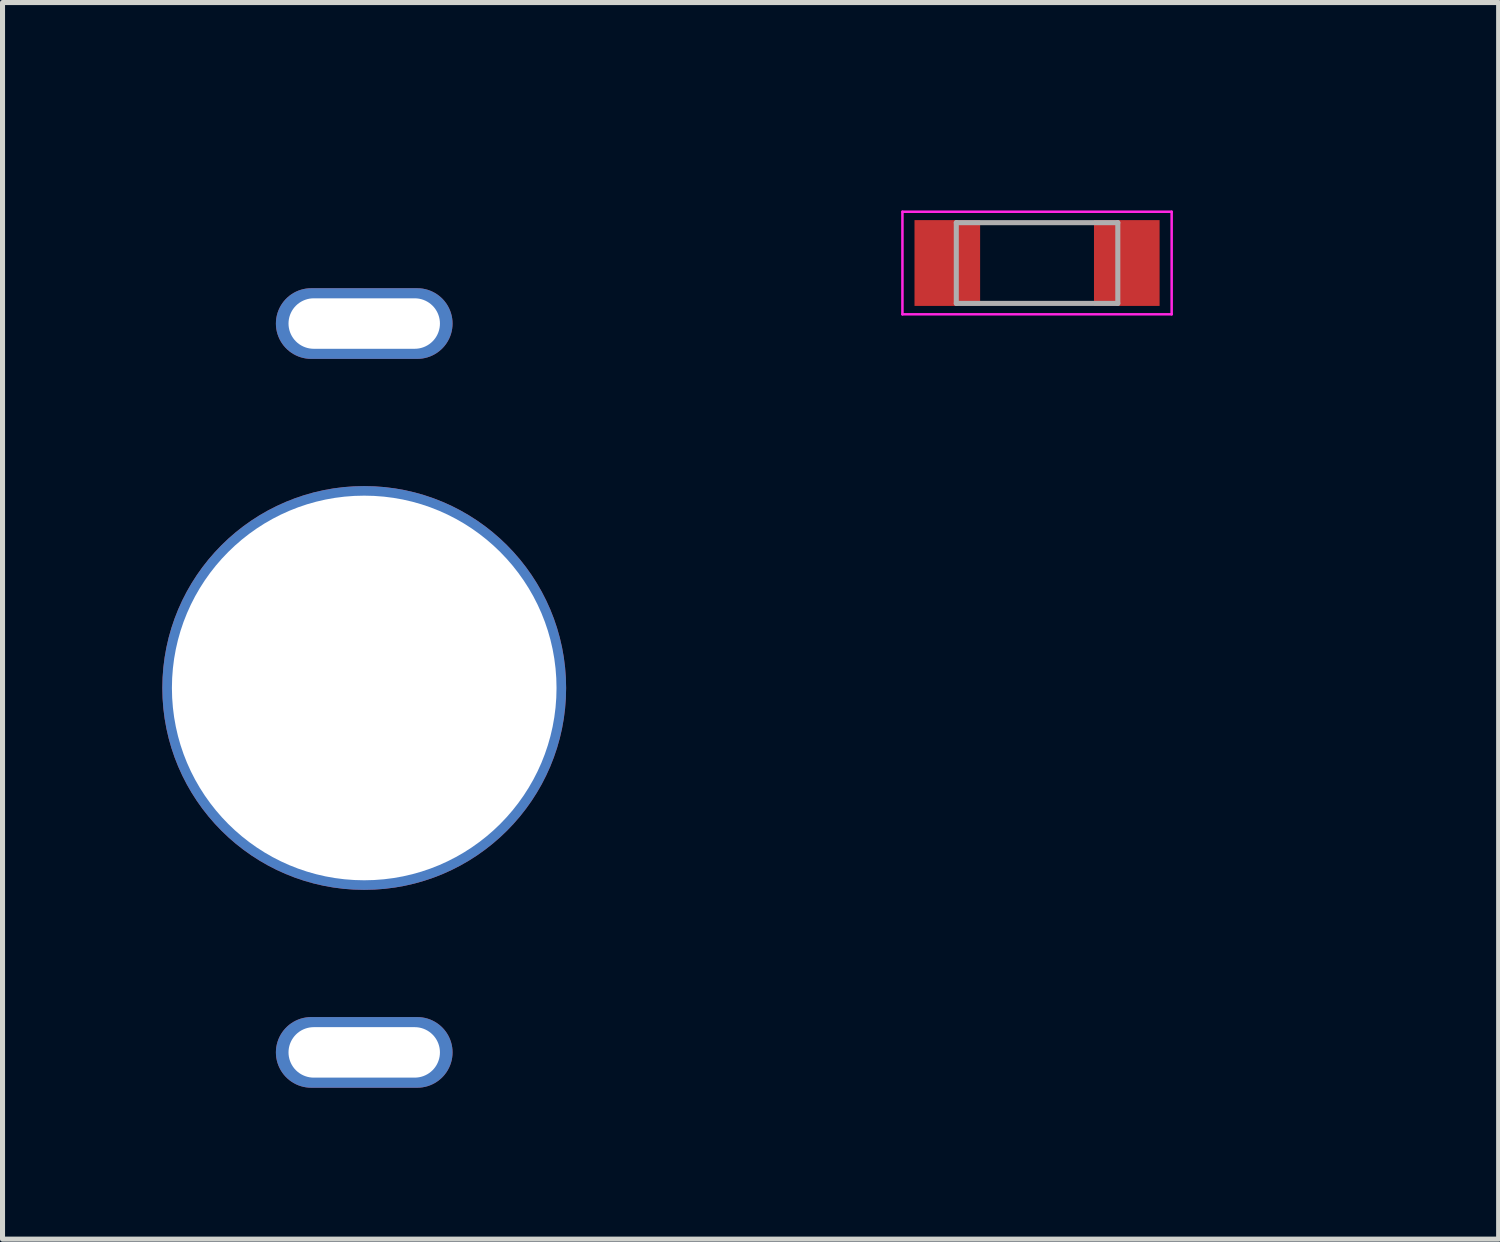
<source format=kicad_pcb>
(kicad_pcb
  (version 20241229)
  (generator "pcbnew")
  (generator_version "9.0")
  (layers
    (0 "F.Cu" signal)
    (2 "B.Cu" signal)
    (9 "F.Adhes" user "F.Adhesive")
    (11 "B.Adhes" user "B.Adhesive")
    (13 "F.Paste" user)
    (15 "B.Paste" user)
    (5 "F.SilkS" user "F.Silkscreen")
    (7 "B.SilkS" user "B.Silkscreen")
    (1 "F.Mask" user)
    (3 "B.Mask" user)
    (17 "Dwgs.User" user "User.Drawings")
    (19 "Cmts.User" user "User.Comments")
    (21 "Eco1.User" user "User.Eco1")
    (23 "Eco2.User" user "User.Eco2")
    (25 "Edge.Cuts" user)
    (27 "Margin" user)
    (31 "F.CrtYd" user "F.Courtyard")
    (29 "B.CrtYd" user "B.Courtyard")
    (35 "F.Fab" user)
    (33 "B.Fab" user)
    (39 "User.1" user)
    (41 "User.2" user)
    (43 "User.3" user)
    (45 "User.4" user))
  (footprint "R_1206_HandSoldering"
    (layer "F.Cu")
    (at 17.496 2.161)
    (property "Reference" "R_1206_HandSoldering" (at -0.01 -1.488 0) (layer "Eco2.User") (effects (font (size 0.7 0.7) (thickness 0.15))))
    (attr smd)
    (fp_line (start -1.025 -0.665) (end 0.975 -0.665) (stroke (width 0.12) (type solid)) (layer "Eco2.User"))
    (fp_line (start 0.986 0.671) (end -1.014 0.671) (stroke (width 0.12) (type solid)) (layer "Eco2.User"))
    (fp_line (start -2.667 -1.016) (end -2.667 1.016) (stroke (width 0.05) (type solid)) (layer "F.CrtYd"))
    (fp_line (start -2.667 -1.016) (end 2.667 -1.016) (stroke (width 0.05) (type solid)) (layer "F.CrtYd"))
    (fp_line (start 2.667 1.016) (end -2.667 1.016) (stroke (width 0.05) (type solid)) (layer "F.CrtYd"))
    (fp_line (start 2.667 1.016) (end 2.667 -1.016) (stroke (width 0.05) (type solid)) (layer "F.CrtYd"))
    (fp_line (start -1.6 -0.8) (end 1.6 -0.8) (stroke (width 0.1) (type solid)) (layer "F.Fab"))
    (fp_line (start -1.6 0.8) (end -1.6 -0.8) (stroke (width 0.1) (type solid)) (layer "F.Fab"))
    (fp_line (start 1.6 -0.8) (end 1.6 0.8) (stroke (width 0.1) (type solid)) (layer "F.Fab"))
    (fp_line (start 1.6 0.8) (end -1.6 0.8) (stroke (width 0.1) (type solid)) (layer "F.Fab"))
    (fp_text user "${REFERENCE}" (at -0.015 -1.483 0) (layer "Eco2.User") (effects (font (size 0.7 0.7) (thickness 0.105))))
    (pad "1" smd rect (at -1.778 0) (size 1.3 1.7) (layers "F.Cu" "F.Mask" "F.Paste"))
    (pad "2" smd rect (at 1.778 0) (size 1.3 1.7) (layers "F.Cu" "F.Mask" "F.Paste")))
  (footprint "Push_SWITCH_hole"
    (layer "F.Cu")
    (at 4.166 10.58)
    (property "Reference" "Push_SWITCH_hole" (at -3.048 -3.556 90) (layer "Eco2.User") (effects (font (size 1 1) (thickness 0.178))))
    (attr exclude_from_pos_files exclude_from_bom)
    (fp_circle (center 0 0) (end -1.27 2.794) (stroke (width 0.15) (type solid)) (fill no) (layer "Dwgs.User"))
    (fp_line (start -4.064 -5.588) (end -4.064 5.334) (stroke (width 0.203) (type solid)) (layer "Eco2.User"))
    (fp_line (start -4.064 5.334) (end -3.048 6.35) (stroke (width 0.15) (type solid)) (layer "Eco2.User"))
    (fp_line (start -3.302 -6.35) (end -4.064 -5.588) (stroke (width 0.15) (type solid)) (layer "Eco2.User"))
    (fp_line (start -1.778 6.35) (end -3.048 6.35) (stroke (width 0.203) (type solid)) (layer "Eco2.User"))
    (fp_line (start -1.748 -6.35) (end -3.302 -6.35) (stroke (width 0.203) (type solid)) (layer "Eco2.User"))
    (fp_line (start 3.048 6.35) (end 1.748 6.35) (stroke (width 0.203) (type solid)) (layer "Eco2.User"))
    (fp_line (start 3.302 -6.35) (end 1.748 -6.35) (stroke (width 0.203) (type solid)) (layer "Eco2.User"))
    (fp_line (start 3.302 -6.35) (end 4.064 -5.588) (stroke (width 0.15) (type solid)) (layer "Eco2.User"))
    (fp_line (start 4.064 5.334) (end 3.048 6.35) (stroke (width 0.15) (type solid)) (layer "Eco2.User"))
    (fp_line (start 4.064 5.334) (end 4.064 -5.588) (stroke (width 0.203) (type solid)) (layer "Eco2.User"))
    (fp_circle (center 0 0) (end -1.524 1.778) (stroke (width 0.15) (type solid)) (fill no) (layer "Eco2.User"))
    (pad "" thru_hole circle (at 0 0) (size 8 8) (drill 7.62) (layers "*.Cu" "*.Mask"))
    (pad "1" thru_hole oval (at 0 -7.22) (size 3.5 1.4) (drill oval 3 1) (layers "*.Cu" "*.Mask"))
    (pad "2" thru_hole oval (at 0 7.22) (size 3.5 1.4) (drill oval 3 1) (layers "*.Cu" "*.Mask")))
  (gr_rect
    (start -3 -3)
    (end 26.641 21.5)
    (stroke (width 0.1) (type default))
    (fill no)
    (layer "Edge.Cuts")))
</source>
